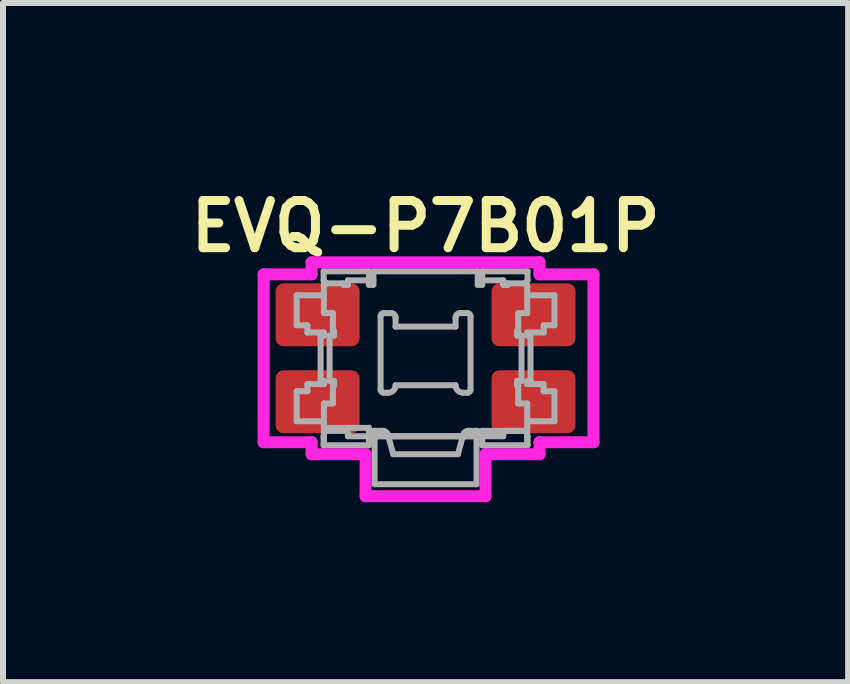
<source format=kicad_pcb>
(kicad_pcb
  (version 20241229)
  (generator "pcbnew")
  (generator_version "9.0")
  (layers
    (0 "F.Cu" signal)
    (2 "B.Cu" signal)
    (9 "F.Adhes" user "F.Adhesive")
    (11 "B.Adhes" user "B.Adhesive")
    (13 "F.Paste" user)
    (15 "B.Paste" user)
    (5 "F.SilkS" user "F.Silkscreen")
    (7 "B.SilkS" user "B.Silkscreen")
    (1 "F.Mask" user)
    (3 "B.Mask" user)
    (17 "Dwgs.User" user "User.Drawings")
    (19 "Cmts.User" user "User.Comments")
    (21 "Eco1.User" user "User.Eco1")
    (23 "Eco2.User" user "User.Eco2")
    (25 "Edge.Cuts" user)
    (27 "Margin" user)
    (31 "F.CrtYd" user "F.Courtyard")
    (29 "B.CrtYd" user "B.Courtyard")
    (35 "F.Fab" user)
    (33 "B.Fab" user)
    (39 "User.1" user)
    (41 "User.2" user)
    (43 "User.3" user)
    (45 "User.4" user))
  (footprint "EVQ-P7B01P"
    (layer "F.Cu")
    (at 4.046 2.924)
    (property "Reference" "EVQ-P7B01P" (at 0 -2.2 0) (layer "F.SilkS") (effects (font (size 0.787 0.787) (thickness 0.15))))
    (attr smd)
    (fp_line (start -2.7 -1.4) (end -1.9 -1.4) (stroke (width 0.2) (type solid)) (layer "F.CrtYd"))
    (fp_line (start -2.7 1.4) (end -2.7 -1.4) (stroke (width 0.2) (type solid)) (layer "F.CrtYd"))
    (fp_line (start -1.9 -1.6) (end 1.9 -1.6) (stroke (width 0.2) (type solid)) (layer "F.CrtYd"))
    (fp_line (start -1.9 -1.4) (end -1.9 -1.6) (stroke (width 0.2) (type solid)) (layer "F.CrtYd"))
    (fp_line (start -1.9 1.4) (end -2.7 1.4) (stroke (width 0.2) (type solid)) (layer "F.CrtYd"))
    (fp_line (start -1.9 1.6) (end -1.9 1.4) (stroke (width 0.2) (type solid)) (layer "F.CrtYd"))
    (fp_line (start -1 1.6) (end -1.9 1.6) (stroke (width 0.2) (type solid)) (layer "F.CrtYd"))
    (fp_line (start -1 2.3) (end -1 1.6) (stroke (width 0.2) (type solid)) (layer "F.CrtYd"))
    (fp_line (start 1 1.6) (end 1 2.3) (stroke (width 0.2) (type solid)) (layer "F.CrtYd"))
    (fp_line (start 1 2.3) (end -1 2.3) (stroke (width 0.2) (type solid)) (layer "F.CrtYd"))
    (fp_line (start 1.9 -1.6) (end 1.9 -1.4) (stroke (width 0.2) (type solid)) (layer "F.CrtYd"))
    (fp_line (start 1.9 -1.4) (end 2.8 -1.4) (stroke (width 0.2) (type solid)) (layer "F.CrtYd"))
    (fp_line (start 1.9 1.4) (end 1.9 1.6) (stroke (width 0.2) (type solid)) (layer "F.CrtYd"))
    (fp_line (start 1.9 1.6) (end 1 1.6) (stroke (width 0.2) (type solid)) (layer "F.CrtYd"))
    (fp_line (start 2.8 -1.4) (end 2.8 1.4) (stroke (width 0.2) (type solid)) (layer "F.CrtYd"))
    (fp_line (start 2.8 1.4) (end 1.9 1.4) (stroke (width 0.2) (type solid)) (layer "F.CrtYd"))
    (fp_line (start -2.15 -1.05) (end -2.15 -0.55) (stroke (width 0.1) (type solid)) (layer "F.Fab"))
    (fp_line (start -2.15 -0.55) (end -1.97 -0.55) (stroke (width 0.1) (type solid)) (layer "F.Fab"))
    (fp_line (start -2.15 0.55) (end -2.15 1.05) (stroke (width 0.1) (type solid)) (layer "F.Fab"))
    (fp_line (start -2.15 1.05) (end -1.695 1.05) (stroke (width 0.1) (type solid)) (layer "F.Fab"))
    (fp_line (start -1.97 -0.55) (end -1.97 -0.43) (stroke (width 0.1) (type solid)) (layer "F.Fab"))
    (fp_line (start -1.97 -0.43) (end -1.695 -0.43) (stroke (width 0.1) (type solid)) (layer "F.Fab"))
    (fp_line (start -1.97 0.43) (end -1.97 0.55) (stroke (width 0.1) (type solid)) (layer "F.Fab"))
    (fp_line (start -1.97 0.55) (end -2.15 0.55) (stroke (width 0.1) (type solid)) (layer "F.Fab"))
    (fp_line (start -1.75 -0.378) (end -1.75 0.378) (stroke (width 0.1) (type solid)) (layer "F.Fab"))
    (fp_line (start -1.75 -0.378) (end -1.695 -0.378) (stroke (width 0.1) (type solid)) (layer "F.Fab"))
    (fp_line (start -1.75 0.378) (end -1.695 0.378) (stroke (width 0.1) (type solid)) (layer "F.Fab"))
    (fp_line (start -1.7 -1.45) (end -1.7 -1.3) (stroke (width 0.1) (type solid)) (layer "F.Fab"))
    (fp_line (start -1.7 -1.3) (end -1.695 -1.3) (stroke (width 0.1) (type solid)) (layer "F.Fab"))
    (fp_line (start -1.7 1.3) (end -1.7 1.45) (stroke (width 0.1) (type solid)) (layer "F.Fab"))
    (fp_line (start -1.7 1.45) (end -1.695 1.45) (stroke (width 0.1) (type solid)) (layer "F.Fab"))
    (fp_line (start -1.695 -1.2) (end -1.695 -1.3) (stroke (width 0.1) (type solid)) (layer "F.Fab"))
    (fp_line (start -1.695 -1.2) (end -1.695 -0.753) (stroke (width 0.1) (type solid)) (layer "F.Fab"))
    (fp_line (start -1.695 -1.05) (end -2.15 -1.05) (stroke (width 0.1) (type solid)) (layer "F.Fab"))
    (fp_line (start -1.695 -0.753) (end -1.545 -0.753) (stroke (width 0.1) (type solid)) (layer "F.Fab"))
    (fp_line (start -1.695 -0.43) (end -1.695 -0.378) (stroke (width 0.1) (type solid)) (layer "F.Fab"))
    (fp_line (start -1.695 0.378) (end -1.695 0.43) (stroke (width 0.1) (type solid)) (layer "F.Fab"))
    (fp_line (start -1.695 0.43) (end -1.97 0.43) (stroke (width 0.1) (type solid)) (layer "F.Fab"))
    (fp_line (start -1.695 0.753) (end -1.695 1.16) (stroke (width 0.1) (type solid)) (layer "F.Fab"))
    (fp_line (start -1.695 1.16) (end -0.945 1.16) (stroke (width 0.1) (type solid)) (layer "F.Fab"))
    (fp_line (start -1.695 1.3) (end -1.7 1.3) (stroke (width 0.1) (type solid)) (layer "F.Fab"))
    (fp_line (start -1.695 1.3) (end -1.695 1.16) (stroke (width 0.1) (type solid)) (layer "F.Fab"))
    (fp_line (start -1.695 1.45) (end -1.695 1.3) (stroke (width 0.1) (type solid)) (layer "F.Fab"))
    (fp_line (start -1.645 1.21) (end -1.345 1.21) (stroke (width 0.1) (type solid)) (layer "F.Fab"))
    (fp_line (start -1.6 -0.378) (end -1.6 0.378) (stroke (width 0.1) (type solid)) (layer "F.Fab"))
    (fp_line (start -1.6 0.378) (end -1.525 0.378) (stroke (width 0.1) (type solid)) (layer "F.Fab"))
    (fp_line (start -1.545 -0.753) (end -1.545 -0.453) (stroke (width 0.1) (type solid)) (layer "F.Fab"))
    (fp_line (start -1.545 -0.453) (end -1.525 -0.453) (stroke (width 0.1) (type solid)) (layer "F.Fab"))
    (fp_line (start -1.545 0.453) (end -1.545 0.753) (stroke (width 0.1) (type solid)) (layer "F.Fab"))
    (fp_line (start -1.545 0.753) (end -1.695 0.753) (stroke (width 0.1) (type solid)) (layer "F.Fab"))
    (fp_line (start -1.525 -0.453) (end -1.525 -0.378) (stroke (width 0.1) (type solid)) (layer "F.Fab"))
    (fp_line (start -1.525 -0.378) (end -1.6 -0.378) (stroke (width 0.1) (type solid)) (layer "F.Fab"))
    (fp_line (start -1.525 0.378) (end -1.525 0.453) (stroke (width 0.1) (type solid)) (layer "F.Fab"))
    (fp_line (start -1.525 0.453) (end -1.545 0.453) (stroke (width 0.1) (type solid)) (layer "F.Fab"))
    (fp_line (start -1.37 -1.25) (end -1.645 -1.25) (stroke (width 0.1) (type solid)) (layer "F.Fab"))
    (fp_line (start -1.37 -1.225) (end -1.37 -1.25) (stroke (width 0.1) (type solid)) (layer "F.Fab"))
    (fp_line (start -1.295 -1.3) (end -1.295 -1.225) (stroke (width 0.1) (type solid)) (layer "F.Fab"))
    (fp_line (start -1.295 -1.225) (end -1.37 -1.225) (stroke (width 0.1) (type solid)) (layer "F.Fab"))
    (fp_line (start -1.295 1.26) (end -1.295 1.3) (stroke (width 0.1) (type solid)) (layer "F.Fab"))
    (fp_line (start -1.295 1.3) (end -0.945 1.3) (stroke (width 0.1) (type solid)) (layer "F.Fab"))
    (fp_line (start -0.945 -1.45) (end -1.7 -1.45) (stroke (width 0.1) (type solid)) (layer "F.Fab"))
    (fp_line (start -0.945 -1.3) (end -1.295 -1.3) (stroke (width 0.1) (type solid)) (layer "F.Fab"))
    (fp_line (start -0.945 -1.3) (end -0.945 -1.45) (stroke (width 0.1) (type solid)) (layer "F.Fab"))
    (fp_line (start -0.945 -1.225) (end -0.945 -1.3) (stroke (width 0.1) (type solid)) (layer "F.Fab"))
    (fp_line (start -0.945 1.16) (end -0.945 1.45) (stroke (width 0.1) (type solid)) (layer "F.Fab"))
    (fp_line (start -0.945 1.3) (end -0.945 1.31) (stroke (width 0.1) (type solid)) (layer "F.Fab"))
    (fp_line (start -0.945 1.3) (end 0.945 1.3) (stroke (width 0.1) (type solid)) (layer "F.Fab"))
    (fp_line (start -0.945 1.45) (end -1.695 1.45) (stroke (width 0.1) (type solid)) (layer "F.Fab"))
    (fp_line (start -0.87 -1.45) (end -0.87 -1.225) (stroke (width 0.1) (type solid)) (layer "F.Fab"))
    (fp_line (start -0.87 -1.3) (end -0.945 -1.3) (stroke (width 0.1) (type solid)) (layer "F.Fab"))
    (fp_line (start -0.87 -1.225) (end -0.945 -1.225) (stroke (width 0.1) (type solid)) (layer "F.Fab"))
    (fp_line (start -0.85 1.3) (end -0.85 2.1) (stroke (width 0.1) (type solid)) (layer "F.Fab"))
    (fp_line (start -0.85 2.1) (end 0.85 2.1) (stroke (width 0.1) (type solid)) (layer "F.Fab"))
    (fp_line (start -0.845 1.21) (end -0.721 1.21) (stroke (width 0.1) (type solid)) (layer "F.Fab"))
    (fp_line (start -0.75 -0.703) (end -0.75 0.525) (stroke (width 0.1) (type solid)) (layer "F.Fab"))
    (fp_line (start -0.7 0.575) (end -0.625 0.575) (stroke (width 0.1) (type solid)) (layer "F.Fab"))
    (fp_line (start -0.625 1.284) (end -0.54 1.6) (stroke (width 0.1) (type solid)) (layer "F.Fab"))
    (fp_line (start -0.575 -0.753) (end -0.7 -0.753) (stroke (width 0.1) (type solid)) (layer "F.Fab"))
    (fp_line (start -0.54 1.6) (end 0.54 1.6) (stroke (width 0.1) (type solid)) (layer "F.Fab"))
    (fp_line (start -0.5 -0.528) (end -0.5 -0.678) (stroke (width 0.1) (type solid)) (layer "F.Fab"))
    (fp_line (start -0.5 0.45) (end 0.5 0.45) (stroke (width 0.1) (type solid)) (layer "F.Fab"))
    (fp_line (start 0.5 -0.678) (end 0.5 -0.528) (stroke (width 0.1) (type solid)) (layer "F.Fab"))
    (fp_line (start 0.5 -0.528) (end -0.5 -0.528) (stroke (width 0.1) (type solid)) (layer "F.Fab"))
    (fp_line (start 0.54 1.6) (end 0.625 1.284) (stroke (width 0.1) (type solid)) (layer "F.Fab"))
    (fp_line (start 0.625 0.575) (end 0.7 0.575) (stroke (width 0.1) (type solid)) (layer "F.Fab"))
    (fp_line (start 0.7 -0.753) (end 0.575 -0.753) (stroke (width 0.1) (type solid)) (layer "F.Fab"))
    (fp_line (start 0.721 1.21) (end 0.845 1.21) (stroke (width 0.1) (type solid)) (layer "F.Fab"))
    (fp_line (start 0.75 0.525) (end 0.75 -0.703) (stroke (width 0.1) (type solid)) (layer "F.Fab"))
    (fp_line (start 0.85 1.3) (end -0.85 1.3) (stroke (width 0.1) (type solid)) (layer "F.Fab"))
    (fp_line (start 0.85 2.1) (end 0.85 1.3) (stroke (width 0.1) (type solid)) (layer "F.Fab"))
    (fp_line (start 0.87 -1.45) (end -0.87 -1.45) (stroke (width 0.1) (type solid)) (layer "F.Fab"))
    (fp_line (start 0.87 -1.225) (end 0.87 -1.45) (stroke (width 0.1) (type solid)) (layer "F.Fab"))
    (fp_line (start 0.945 -1.45) (end 0.945 -1.3) (stroke (width 0.1) (type solid)) (layer "F.Fab"))
    (fp_line (start 0.945 -1.3) (end 0.87 -1.3) (stroke (width 0.1) (type solid)) (layer "F.Fab"))
    (fp_line (start 0.945 -1.3) (end 0.945 -1.225) (stroke (width 0.1) (type solid)) (layer "F.Fab"))
    (fp_line (start 0.945 -1.225) (end 0.87 -1.225) (stroke (width 0.1) (type solid)) (layer "F.Fab"))
    (fp_line (start 0.945 1.21) (end 1.695 1.21) (stroke (width 0.1) (type solid)) (layer "F.Fab"))
    (fp_line (start 0.945 1.3) (end 1.295 1.3) (stroke (width 0.1) (type solid)) (layer "F.Fab"))
    (fp_line (start 0.945 1.31) (end 0.945 1.3) (stroke (width 0.1) (type solid)) (layer "F.Fab"))
    (fp_line (start 0.945 1.45) (end 0.945 1.21) (stroke (width 0.1) (type solid)) (layer "F.Fab"))
    (fp_line (start 1.295 -1.3) (end 0.945 -1.3) (stroke (width 0.1) (type solid)) (layer "F.Fab"))
    (fp_line (start 1.295 -1.225) (end 1.295 -1.3) (stroke (width 0.1) (type solid)) (layer "F.Fab"))
    (fp_line (start 1.295 1.3) (end 1.295 1.26) (stroke (width 0.1) (type solid)) (layer "F.Fab"))
    (fp_line (start 1.345 1.21) (end 1.645 1.21) (stroke (width 0.1) (type solid)) (layer "F.Fab"))
    (fp_line (start 1.37 -1.25) (end 1.37 -1.225) (stroke (width 0.1) (type solid)) (layer "F.Fab"))
    (fp_line (start 1.37 -1.225) (end 1.295 -1.225) (stroke (width 0.1) (type solid)) (layer "F.Fab"))
    (fp_line (start 1.525 -0.453) (end 1.545 -0.453) (stroke (width 0.1) (type solid)) (layer "F.Fab"))
    (fp_line (start 1.525 -0.378) (end 1.525 -0.453) (stroke (width 0.1) (type solid)) (layer "F.Fab"))
    (fp_line (start 1.525 0.378) (end 1.6 0.378) (stroke (width 0.1) (type solid)) (layer "F.Fab"))
    (fp_line (start 1.525 0.453) (end 1.525 0.378) (stroke (width 0.1) (type solid)) (layer "F.Fab"))
    (fp_line (start 1.545 -0.753) (end 1.695 -0.753) (stroke (width 0.1) (type solid)) (layer "F.Fab"))
    (fp_line (start 1.545 -0.453) (end 1.545 -0.753) (stroke (width 0.1) (type solid)) (layer "F.Fab"))
    (fp_line (start 1.545 0.453) (end 1.525 0.453) (stroke (width 0.1) (type solid)) (layer "F.Fab"))
    (fp_line (start 1.545 0.753) (end 1.545 0.453) (stroke (width 0.1) (type solid)) (layer "F.Fab"))
    (fp_line (start 1.6 -0.378) (end 1.525 -0.378) (stroke (width 0.1) (type solid)) (layer "F.Fab"))
    (fp_line (start 1.6 0.378) (end 1.6 -0.378) (stroke (width 0.1) (type solid)) (layer "F.Fab"))
    (fp_line (start 1.645 -1.25) (end 1.37 -1.25) (stroke (width 0.1) (type solid)) (layer "F.Fab"))
    (fp_line (start 1.695 -1.3) (end 1.7 -1.3) (stroke (width 0.1) (type solid)) (layer "F.Fab"))
    (fp_line (start 1.695 -0.753) (end 1.695 -1.2) (stroke (width 0.1) (type solid)) (layer "F.Fab"))
    (fp_line (start 1.695 -0.43) (end 1.97 -0.43) (stroke (width 0.1) (type solid)) (layer "F.Fab"))
    (fp_line (start 1.695 -0.38) (end 1.695 -0.43) (stroke (width 0.1) (type solid)) (layer "F.Fab"))
    (fp_line (start 1.695 0.379) (end 1.75 0.379) (stroke (width 0.1) (type solid)) (layer "F.Fab"))
    (fp_line (start 1.695 0.43) (end 1.695 0.379) (stroke (width 0.1) (type solid)) (layer "F.Fab"))
    (fp_line (start 1.695 0.753) (end 1.545 0.753) (stroke (width 0.1) (type solid)) (layer "F.Fab"))
    (fp_line (start 1.695 1.16) (end 1.695 0.753) (stroke (width 0.1) (type solid)) (layer "F.Fab"))
    (fp_line (start 1.695 1.21) (end 1.695 1.3) (stroke (width 0.1) (type solid)) (layer "F.Fab"))
    (fp_line (start 1.695 1.3) (end 1.7 1.3) (stroke (width 0.1) (type solid)) (layer "F.Fab"))
    (fp_line (start 1.695 1.45) (end 0.945 1.45) (stroke (width 0.1) (type solid)) (layer "F.Fab"))
    (fp_line (start 1.695 1.45) (end 1.695 1.3) (stroke (width 0.1) (type solid)) (layer "F.Fab"))
    (fp_line (start 1.7 -1.45) (end 0.945 -1.45) (stroke (width 0.1) (type solid)) (layer "F.Fab"))
    (fp_line (start 1.7 -1.3) (end 1.7 -1.45) (stroke (width 0.1) (type solid)) (layer "F.Fab"))
    (fp_line (start 1.7 1.3) (end 1.7 1.45) (stroke (width 0.1) (type solid)) (layer "F.Fab"))
    (fp_line (start 1.7 1.45) (end 1.695 1.45) (stroke (width 0.1) (type solid)) (layer "F.Fab"))
    (fp_line (start 1.75 -0.38) (end 1.695 -0.38) (stroke (width 0.1) (type solid)) (layer "F.Fab"))
    (fp_line (start 1.75 0.379) (end 1.75 -0.38) (stroke (width 0.1) (type solid)) (layer "F.Fab"))
    (fp_line (start 1.968 0.43) (end 1.695 0.43) (stroke (width 0.1) (type solid)) (layer "F.Fab"))
    (fp_line (start 1.968 0.55) (end 1.968 0.43) (stroke (width 0.1) (type solid)) (layer "F.Fab"))
    (fp_line (start 1.97 -0.55) (end 2.15 -0.55) (stroke (width 0.1) (type solid)) (layer "F.Fab"))
    (fp_line (start 1.97 -0.43) (end 1.97 -0.55) (stroke (width 0.1) (type solid)) (layer "F.Fab"))
    (fp_line (start 2.15 -1.05) (end 1.695 -1.05) (stroke (width 0.1) (type solid)) (layer "F.Fab"))
    (fp_line (start 2.15 -0.55) (end 2.15 -1.05) (stroke (width 0.1) (type solid)) (layer "F.Fab"))
    (fp_line (start 2.15 0.55) (end 1.968 0.55) (stroke (width 0.1) (type solid)) (layer "F.Fab"))
    (fp_line (start 2.15 1.05) (end 1.695 1.05) (stroke (width 0.1) (type solid)) (layer "F.Fab"))
    (fp_line (start 2.15 1.05) (end 2.15 0.55) (stroke (width 0.1) (type solid)) (layer "F.Fab"))
    (fp_arc (start -1.695 -1.2) (mid -1.680355 -1.235355) (end -1.645 -1.25) (stroke (width 0.1) (type solid)) (layer "F.Fab"))
    (fp_arc (start -1.695 -1.2) (mid -1.680355 -1.235355) (end -1.645 -1.25) (stroke (width 0.1) (type solid)) (layer "F.Fab"))
    (fp_arc (start -1.645 1.21) (mid -1.680355 1.195355) (end -1.695 1.16) (stroke (width 0.1) (type solid)) (layer "F.Fab"))
    (fp_arc (start -1.645 1.21) (mid -1.680355 1.195355) (end -1.695 1.16) (stroke (width 0.1) (type solid)) (layer "F.Fab"))
    (fp_arc (start -1.345 1.21) (mid -1.309645 1.224645) (end -1.295 1.26) (stroke (width 0.1) (type solid)) (layer "F.Fab"))
    (fp_arc (start -1.345 1.21) (mid -1.309645 1.224645) (end -1.295 1.26) (stroke (width 0.1) (type solid)) (layer "F.Fab"))
    (fp_arc (start -0.945 1.31) (mid -0.915711 1.239289) (end -0.845 1.21) (stroke (width 0.1) (type solid)) (layer "F.Fab"))
    (fp_arc (start -0.945 1.31) (mid -0.915711 1.239289) (end -0.845 1.21) (stroke (width 0.1) (type solid)) (layer "F.Fab"))
    (fp_arc (start -0.75 -0.703034) (mid -0.735355 -0.738389) (end -0.7 -0.753034) (stroke (width 0.1) (type solid)) (layer "F.Fab"))
    (fp_arc (start -0.721234 1.21) (mid -0.660357 1.230666) (end -0.624641 1.28412) (stroke (width 0.1) (type solid)) (layer "F.Fab"))
    (fp_arc (start -0.721234 1.21) (mid -0.660357 1.230666) (end -0.624641 1.28412) (stroke (width 0.1) (type solid)) (layer "F.Fab"))
    (fp_arc (start -0.7 0.575) (mid -0.735355 0.560355) (end -0.75 0.525) (stroke (width 0.1) (type solid)) (layer "F.Fab"))
    (fp_arc (start -0.575 -0.753034) (mid -0.521967 -0.731067) (end -0.5 -0.678034) (stroke (width 0.1) (type solid)) (layer "F.Fab"))
    (fp_arc (start -0.5 0.45) (mid -0.536612 0.538388) (end -0.625 0.575) (stroke (width 0.1) (type solid)) (layer "F.Fab"))
    (fp_arc (start 0.5 -0.678034) (mid 0.521967 -0.731067) (end 0.575 -0.753034) (stroke (width 0.1) (type solid)) (layer "F.Fab"))
    (fp_arc (start 0.624641 1.28412) (mid 0.660357 1.230665) (end 0.721234 1.21) (stroke (width 0.1) (type solid)) (layer "F.Fab"))
    (fp_arc (start 0.624641 1.28412) (mid 0.660357 1.230665) (end 0.721234 1.21) (stroke (width 0.1) (type solid)) (layer "F.Fab"))
    (fp_arc (start 0.625 0.575) (mid 0.536612 0.538388) (end 0.5 0.45) (stroke (width 0.1) (type solid)) (layer "F.Fab"))
    (fp_arc (start 0.7 -0.753034) (mid 0.735355 -0.738389) (end 0.75 -0.703034) (stroke (width 0.1) (type solid)) (layer "F.Fab"))
    (fp_arc (start 0.75 0.525) (mid 0.735355 0.560355) (end 0.7 0.575) (stroke (width 0.1) (type solid)) (layer "F.Fab"))
    (fp_arc (start 0.845 1.21) (mid 0.915711 1.239289) (end 0.945 1.31) (stroke (width 0.1) (type solid)) (layer "F.Fab"))
    (fp_arc (start 0.845 1.21) (mid 0.915711 1.239289) (end 0.945 1.31) (stroke (width 0.1) (type solid)) (layer "F.Fab"))
    (fp_arc (start 1.295 1.26) (mid 1.309645 1.224645) (end 1.345 1.21) (stroke (width 0.1) (type solid)) (layer "F.Fab"))
    (fp_arc (start 1.295 1.26) (mid 1.309645 1.224645) (end 1.345 1.21) (stroke (width 0.1) (type solid)) (layer "F.Fab"))
    (fp_arc (start 1.645 -1.25) (mid 1.680355 -1.235355) (end 1.695 -1.2) (stroke (width 0.1) (type solid)) (layer "F.Fab"))
    (fp_arc (start 1.645 -1.25) (mid 1.680355 -1.235355) (end 1.695 -1.2) (stroke (width 0.1) (type solid)) (layer "F.Fab"))
    (fp_arc (start 1.695 1.16) (mid 1.680355 1.195355) (end 1.645 1.21) (stroke (width 0.1) (type solid)) (layer "F.Fab"))
    (fp_arc (start 1.695 1.16) (mid 1.680355 1.195355) (end 1.645 1.21) (stroke (width 0.1) (type solid)) (layer "F.Fab"))
    (pad "1" smd roundrect (at -1.8 -0.725) (size 1.4 1.05) (layers "F.Cu" "F.Mask" "F.Paste") (roundrect_rratio 0.125))
    (pad "1'" smd roundrect (at 1.8 -0.725) (size 1.4 1.05) (layers "F.Cu" "F.Mask" "F.Paste") (roundrect_rratio 0.125))
    (pad "2" smd roundrect (at -1.8 0.725) (size 1.4 1.05) (layers "F.Cu" "F.Mask" "F.Paste") (roundrect_rratio 0.125))
    (pad "2'" smd roundrect (at 1.8 0.725) (size 1.4 1.05) (layers "F.Cu" "F.Mask" "F.Paste") (roundrect_rratio 0.125)))
  (gr_rect
    (start -3 -3)
    (end 11.092 8.324)
    (stroke (width 0.1) (type default))
    (fill no)
    (layer "Edge.Cuts")))
</source>
